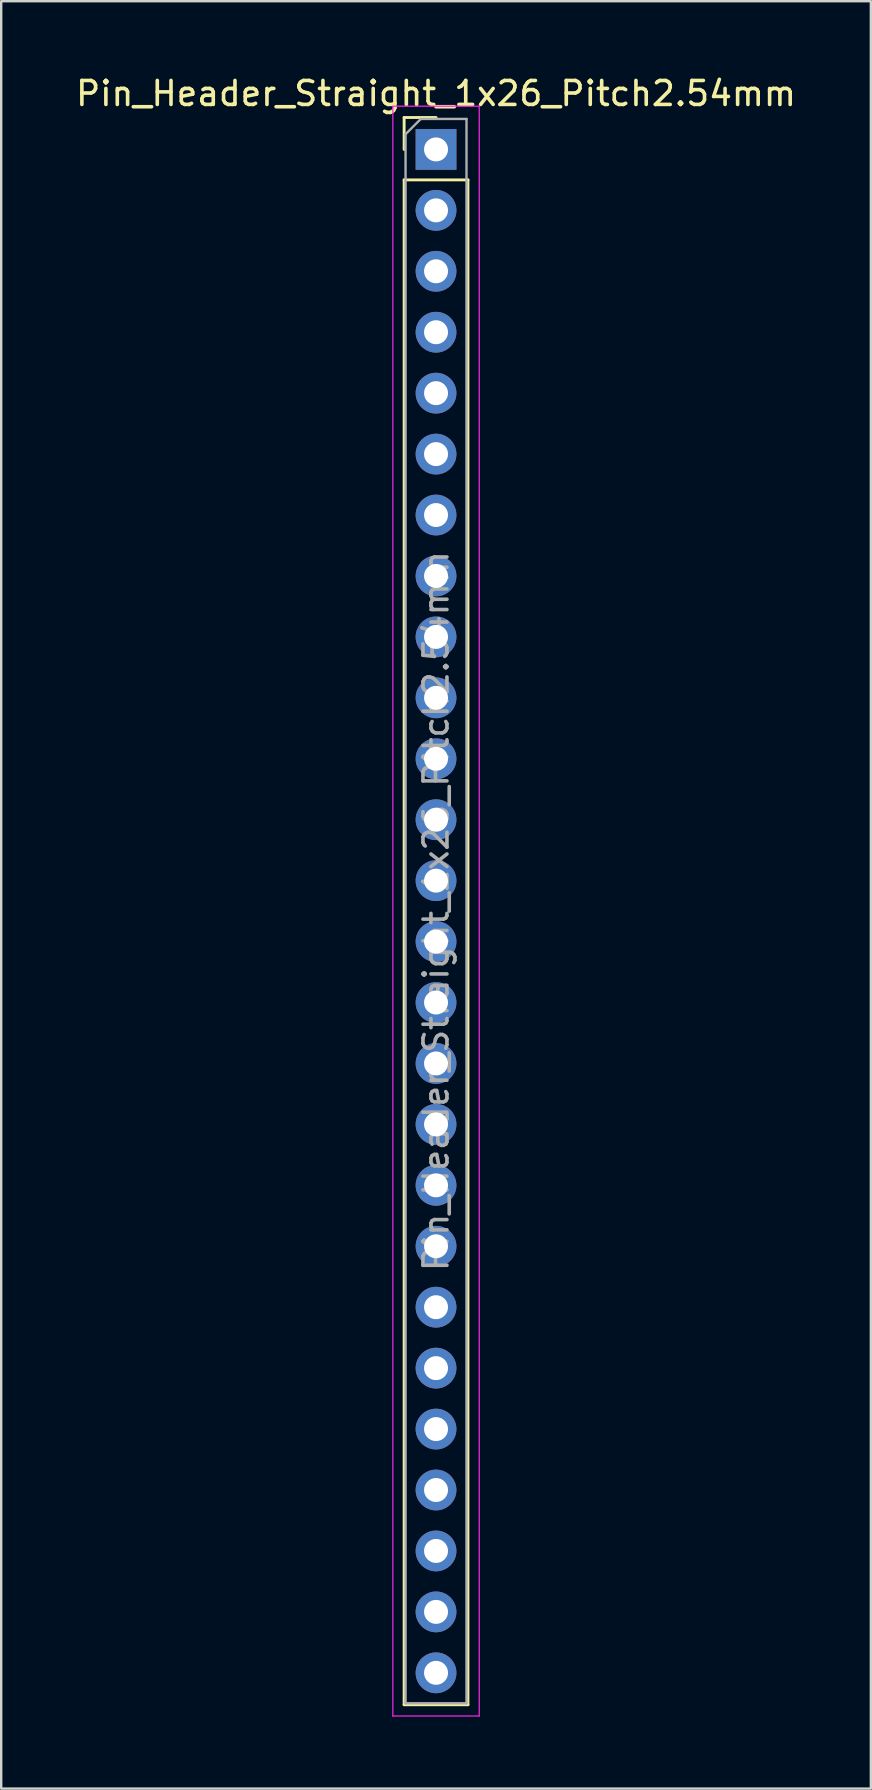
<source format=kicad_pcb>
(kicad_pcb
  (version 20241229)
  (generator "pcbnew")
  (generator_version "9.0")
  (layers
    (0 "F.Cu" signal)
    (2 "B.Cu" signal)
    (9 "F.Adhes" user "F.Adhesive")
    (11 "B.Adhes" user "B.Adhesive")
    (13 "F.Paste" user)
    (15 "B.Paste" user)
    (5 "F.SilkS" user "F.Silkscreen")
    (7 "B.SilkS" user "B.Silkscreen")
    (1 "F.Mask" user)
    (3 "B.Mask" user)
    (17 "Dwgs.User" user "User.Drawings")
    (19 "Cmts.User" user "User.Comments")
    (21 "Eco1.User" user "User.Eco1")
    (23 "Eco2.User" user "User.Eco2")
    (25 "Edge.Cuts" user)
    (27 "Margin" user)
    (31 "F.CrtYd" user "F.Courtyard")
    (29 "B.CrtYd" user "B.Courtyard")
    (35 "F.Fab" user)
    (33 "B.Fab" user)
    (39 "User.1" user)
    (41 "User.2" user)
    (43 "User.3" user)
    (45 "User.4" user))
  (footprint "Pin_Header_Straight_1x26_Pitch2.54mm"
    (layer "F.Cu")
    (at 15.125 3.178)
    (property "Reference" "Pin_Header_Straight_1x26_Pitch2.54mm" (at 0 -2.33 0) (layer "F.SilkS") (effects (font (size 1 1) (thickness 0.15))))
    (attr through_hole)
    (fp_line (start -1.33 -1.33) (end 0 -1.33) (stroke (width 0.12) (type solid)) (layer "F.SilkS"))
    (fp_line (start -1.33 0) (end -1.33 -1.33) (stroke (width 0.12) (type solid)) (layer "F.SilkS"))
    (fp_line (start -1.33 1.27) (end -1.33 64.83) (stroke (width 0.12) (type solid)) (layer "F.SilkS"))
    (fp_line (start -1.33 1.27) (end 1.33 1.27) (stroke (width 0.12) (type solid)) (layer "F.SilkS"))
    (fp_line (start -1.33 64.83) (end 1.33 64.83) (stroke (width 0.12) (type solid)) (layer "F.SilkS"))
    (fp_line (start 1.33 1.27) (end 1.33 64.83) (stroke (width 0.12) (type solid)) (layer "F.SilkS"))
    (fp_line (start -1.8 -1.8) (end -1.8 65.3) (stroke (width 0.05) (type solid)) (layer "F.CrtYd"))
    (fp_line (start -1.8 65.3) (end 1.8 65.3) (stroke (width 0.05) (type solid)) (layer "F.CrtYd"))
    (fp_line (start 1.8 -1.8) (end -1.8 -1.8) (stroke (width 0.05) (type solid)) (layer "F.CrtYd"))
    (fp_line (start 1.8 65.3) (end 1.8 -1.8) (stroke (width 0.05) (type solid)) (layer "F.CrtYd"))
    (fp_line (start -1.27 -0.635) (end -0.635 -1.27) (stroke (width 0.1) (type solid)) (layer "F.Fab"))
    (fp_line (start -1.27 64.77) (end -1.27 -0.635) (stroke (width 0.1) (type solid)) (layer "F.Fab"))
    (fp_line (start -0.635 -1.27) (end 1.27 -1.27) (stroke (width 0.1) (type solid)) (layer "F.Fab"))
    (fp_line (start 1.27 -1.27) (end 1.27 64.77) (stroke (width 0.1) (type solid)) (layer "F.Fab"))
    (fp_line (start 1.27 64.77) (end -1.27 64.77) (stroke (width 0.1) (type solid)) (layer "F.Fab"))
    (fp_text user "${REFERENCE}" (at 0 31.75 90) (layer "F.Fab") (effects (font (size 1 1) (thickness 0.15))))
    (pad "1" thru_hole rect (at 0 0) (size 1.7 1.7) (drill 1) (layers "*.Cu" "*.Mask"))
    (pad "2" thru_hole oval (at 0 2.54) (size 1.7 1.7) (drill 1) (layers "*.Cu" "*.Mask"))
    (pad "3" thru_hole oval (at 0 5.08) (size 1.7 1.7) (drill 1) (layers "*.Cu" "*.Mask"))
    (pad "4" thru_hole oval (at 0 7.62) (size 1.7 1.7) (drill 1) (layers "*.Cu" "*.Mask"))
    (pad "5" thru_hole oval (at 0 10.16) (size 1.7 1.7) (drill 1) (layers "*.Cu" "*.Mask"))
    (pad "6" thru_hole oval (at 0 12.7) (size 1.7 1.7) (drill 1) (layers "*.Cu" "*.Mask"))
    (pad "7" thru_hole oval (at 0 15.24) (size 1.7 1.7) (drill 1) (layers "*.Cu" "*.Mask"))
    (pad "8" thru_hole oval (at 0 17.78) (size 1.7 1.7) (drill 1) (layers "*.Cu" "*.Mask"))
    (pad "9" thru_hole oval (at 0 20.32) (size 1.7 1.7) (drill 1) (layers "*.Cu" "*.Mask"))
    (pad "10" thru_hole oval (at 0 22.86) (size 1.7 1.7) (drill 1) (layers "*.Cu" "*.Mask"))
    (pad "11" thru_hole oval (at 0 25.4) (size 1.7 1.7) (drill 1) (layers "*.Cu" "*.Mask"))
    (pad "12" thru_hole oval (at 0 27.94) (size 1.7 1.7) (drill 1) (layers "*.Cu" "*.Mask"))
    (pad "13" thru_hole oval (at 0 30.48) (size 1.7 1.7) (drill 1) (layers "*.Cu" "*.Mask"))
    (pad "14" thru_hole oval (at 0 33.02) (size 1.7 1.7) (drill 1) (layers "*.Cu" "*.Mask"))
    (pad "15" thru_hole oval (at 0 35.56) (size 1.7 1.7) (drill 1) (layers "*.Cu" "*.Mask"))
    (pad "16" thru_hole oval (at 0 38.1) (size 1.7 1.7) (drill 1) (layers "*.Cu" "*.Mask"))
    (pad "17" thru_hole oval (at 0 40.64) (size 1.7 1.7) (drill 1) (layers "*.Cu" "*.Mask"))
    (pad "18" thru_hole oval (at 0 43.18) (size 1.7 1.7) (drill 1) (layers "*.Cu" "*.Mask"))
    (pad "19" thru_hole oval (at 0 45.72) (size 1.7 1.7) (drill 1) (layers "*.Cu" "*.Mask"))
    (pad "20" thru_hole oval (at 0 48.26) (size 1.7 1.7) (drill 1) (layers "*.Cu" "*.Mask"))
    (pad "21" thru_hole oval (at 0 50.8) (size 1.7 1.7) (drill 1) (layers "*.Cu" "*.Mask"))
    (pad "22" thru_hole oval (at 0 53.34) (size 1.7 1.7) (drill 1) (layers "*.Cu" "*.Mask"))
    (pad "23" thru_hole oval (at 0 55.88) (size 1.7 1.7) (drill 1) (layers "*.Cu" "*.Mask"))
    (pad "24" thru_hole oval (at 0 58.42) (size 1.7 1.7) (drill 1) (layers "*.Cu" "*.Mask"))
    (pad "25" thru_hole oval (at 0 60.96) (size 1.7 1.7) (drill 1) (layers "*.Cu" "*.Mask"))
    (pad "26" thru_hole oval (at 0 63.5) (size 1.7 1.7) (drill 1) (layers "*.Cu" "*.Mask")))
  (gr_rect
    (start -3 -3)
    (end 33.25 71.503)
    (stroke (width 0.1) (type default))
    (fill no)
    (layer "Edge.Cuts")))
</source>
